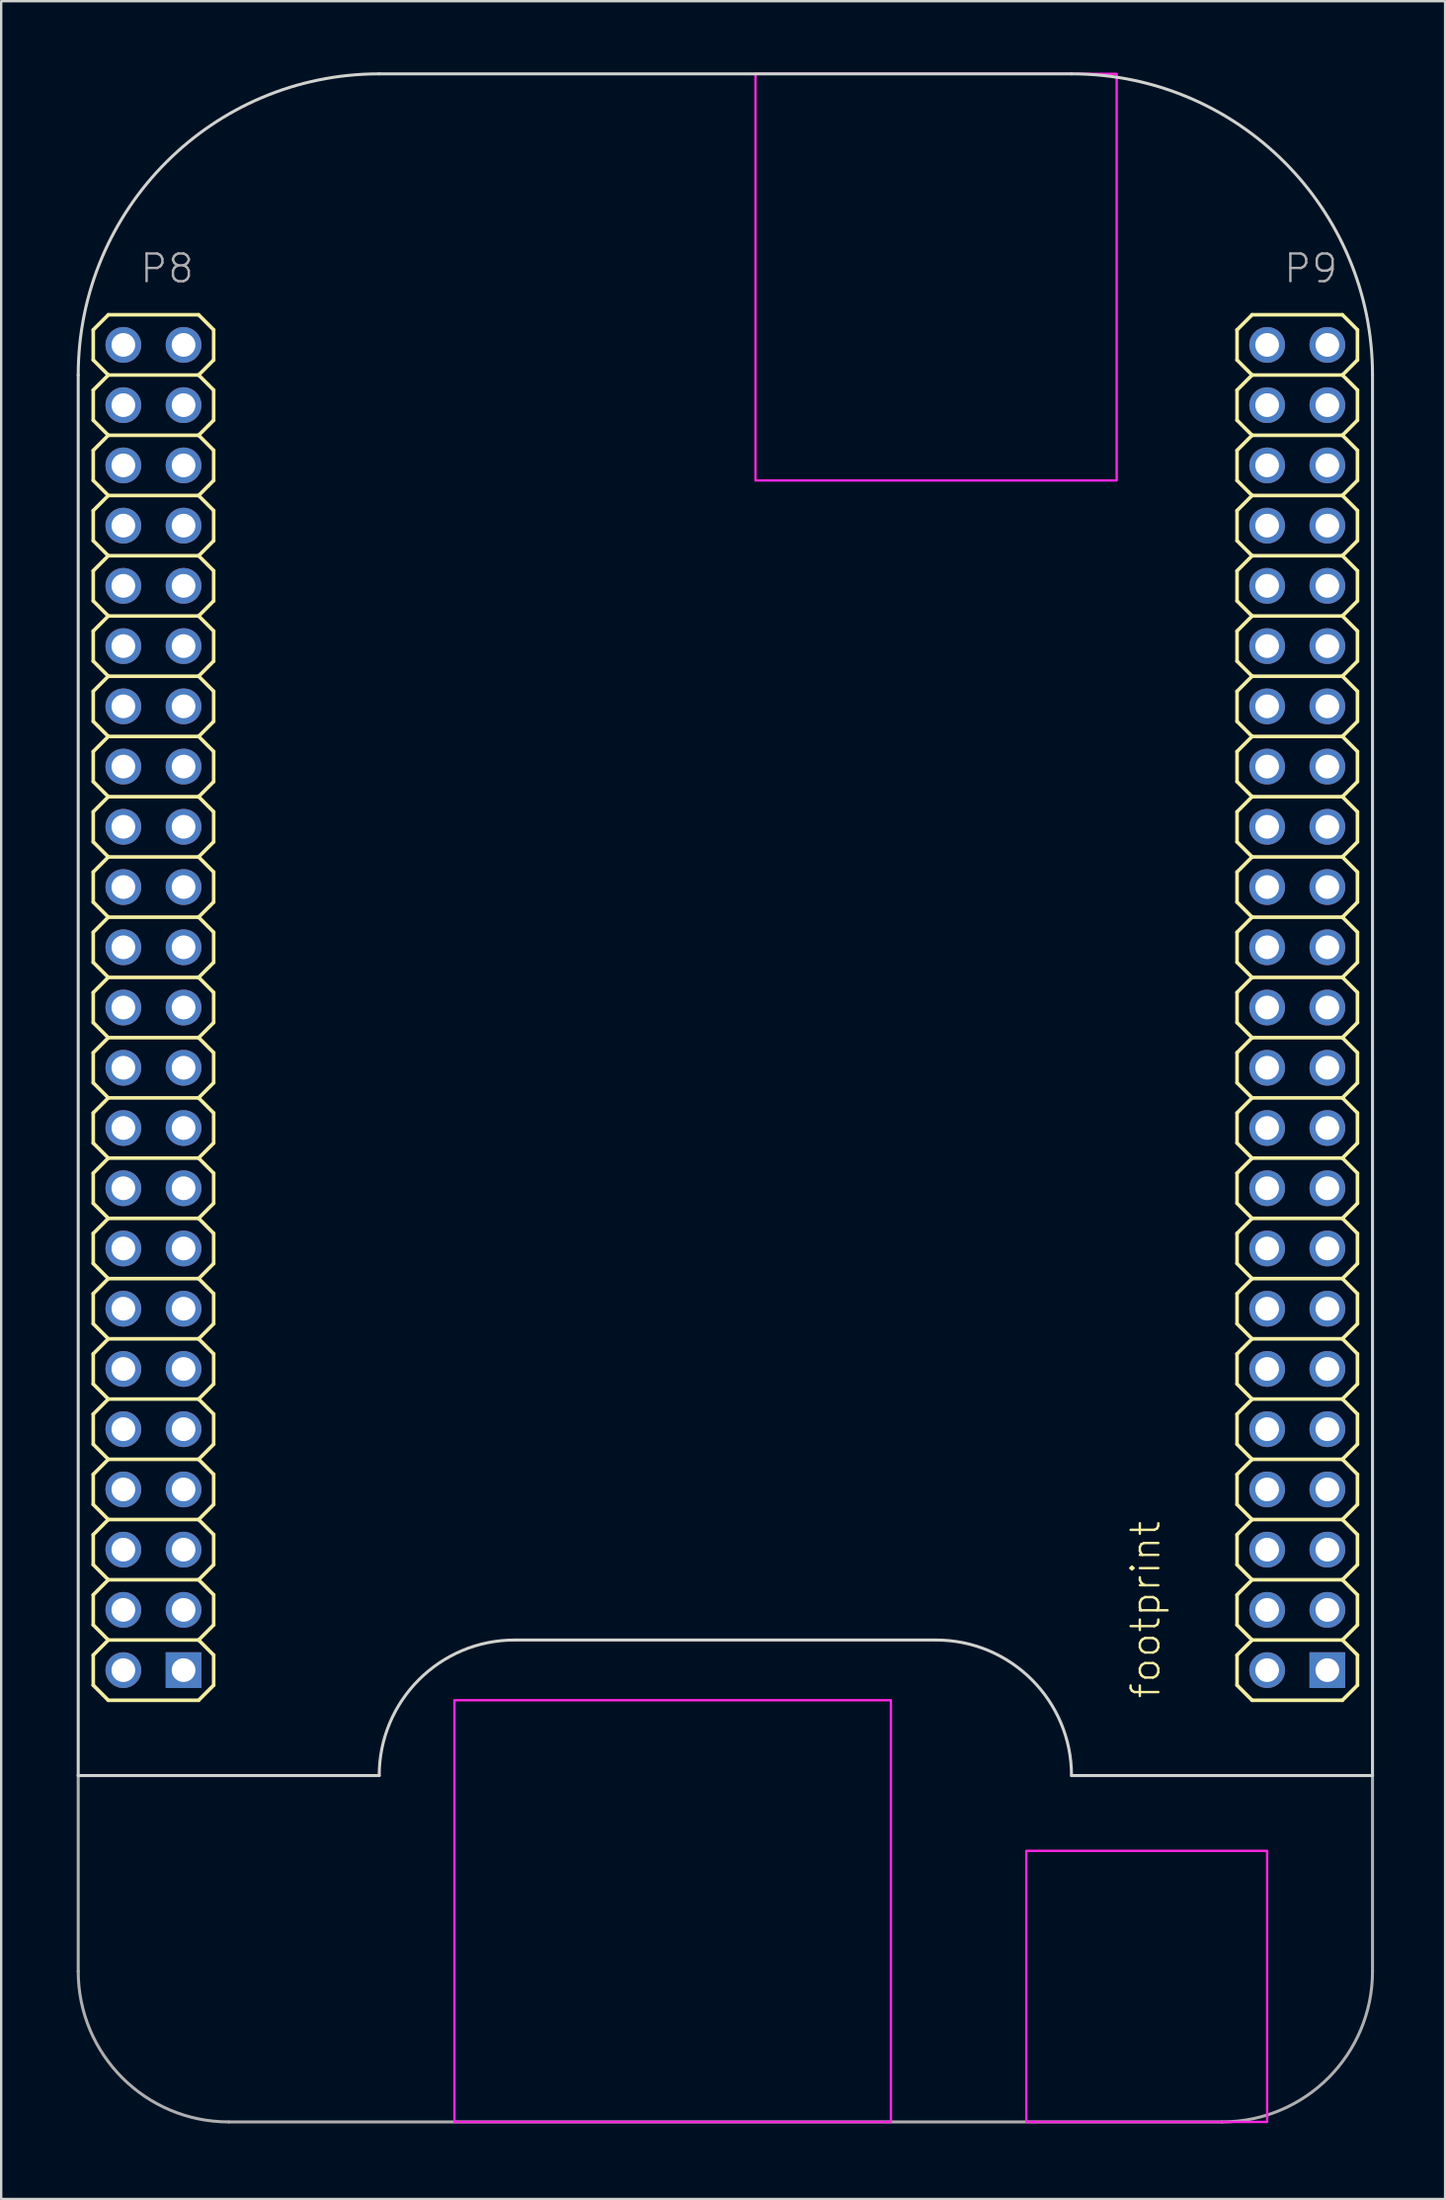
<source format=kicad_pcb>
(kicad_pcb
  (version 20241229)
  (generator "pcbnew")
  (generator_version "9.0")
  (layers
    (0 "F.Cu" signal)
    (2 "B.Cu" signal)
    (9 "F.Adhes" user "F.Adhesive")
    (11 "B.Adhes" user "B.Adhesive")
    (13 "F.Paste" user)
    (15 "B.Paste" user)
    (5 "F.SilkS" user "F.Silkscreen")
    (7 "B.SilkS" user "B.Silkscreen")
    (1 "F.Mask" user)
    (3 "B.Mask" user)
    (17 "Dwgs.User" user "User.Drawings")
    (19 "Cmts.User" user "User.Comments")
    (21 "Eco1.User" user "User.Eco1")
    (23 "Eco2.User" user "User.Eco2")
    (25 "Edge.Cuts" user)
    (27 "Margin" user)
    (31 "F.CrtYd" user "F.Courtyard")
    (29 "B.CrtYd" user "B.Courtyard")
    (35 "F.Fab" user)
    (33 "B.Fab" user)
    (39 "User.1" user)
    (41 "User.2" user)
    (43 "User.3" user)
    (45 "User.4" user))
  (footprint "footprint"
    (layer "F.Cu")
    (at 0.25 86.424)
    (property "Reference" "footprint" (at 45.72 -17.78 90) (layer "F.SilkS") (effects (font (size 1.168 1.168) (thickness 0.102)) (justify left bottom)))
    (fp_line (start 0.635 -75.565) (end 0.635 -74.295) (stroke (width 0.152) (type solid)) (layer "F.SilkS"))
    (fp_line (start 0.635 -75.565) (end 1.27 -76.2) (stroke (width 0.152) (type solid)) (layer "F.SilkS"))
    (fp_line (start 0.635 -73.025) (end 0.635 -71.755) (stroke (width 0.152) (type solid)) (layer "F.SilkS"))
    (fp_line (start 0.635 -73.025) (end 1.27 -73.66) (stroke (width 0.152) (type solid)) (layer "F.SilkS"))
    (fp_line (start 0.635 -70.485) (end 0.635 -69.215) (stroke (width 0.152) (type solid)) (layer "F.SilkS"))
    (fp_line (start 0.635 -70.485) (end 1.27 -71.12) (stroke (width 0.152) (type solid)) (layer "F.SilkS"))
    (fp_line (start 0.635 -67.945) (end 0.635 -66.675) (stroke (width 0.152) (type solid)) (layer "F.SilkS"))
    (fp_line (start 0.635 -67.945) (end 1.27 -68.58) (stroke (width 0.152) (type solid)) (layer "F.SilkS"))
    (fp_line (start 0.635 -65.405) (end 0.635 -64.135) (stroke (width 0.152) (type solid)) (layer "F.SilkS"))
    (fp_line (start 0.635 -65.405) (end 1.27 -66.04) (stroke (width 0.152) (type solid)) (layer "F.SilkS"))
    (fp_line (start 0.635 -62.865) (end 0.635 -61.595) (stroke (width 0.152) (type solid)) (layer "F.SilkS"))
    (fp_line (start 0.635 -62.865) (end 1.27 -63.5) (stroke (width 0.152) (type solid)) (layer "F.SilkS"))
    (fp_line (start 0.635 -60.325) (end 0.635 -59.055) (stroke (width 0.152) (type solid)) (layer "F.SilkS"))
    (fp_line (start 0.635 -60.325) (end 1.27 -60.96) (stroke (width 0.152) (type solid)) (layer "F.SilkS"))
    (fp_line (start 0.635 -57.785) (end 0.635 -56.515) (stroke (width 0.152) (type solid)) (layer "F.SilkS"))
    (fp_line (start 0.635 -57.785) (end 1.27 -58.42) (stroke (width 0.152) (type solid)) (layer "F.SilkS"))
    (fp_line (start 0.635 -55.245) (end 0.635 -53.975) (stroke (width 0.152) (type solid)) (layer "F.SilkS"))
    (fp_line (start 0.635 -55.245) (end 1.27 -55.88) (stroke (width 0.152) (type solid)) (layer "F.SilkS"))
    (fp_line (start 0.635 -52.705) (end 0.635 -51.435) (stroke (width 0.152) (type solid)) (layer "F.SilkS"))
    (fp_line (start 0.635 -52.705) (end 1.27 -53.34) (stroke (width 0.152) (type solid)) (layer "F.SilkS"))
    (fp_line (start 0.635 -50.165) (end 0.635 -48.895) (stroke (width 0.152) (type solid)) (layer "F.SilkS"))
    (fp_line (start 0.635 -50.165) (end 1.27 -50.8) (stroke (width 0.152) (type solid)) (layer "F.SilkS"))
    (fp_line (start 0.635 -46.355) (end 0.635 -47.625) (stroke (width 0.152) (type solid)) (layer "F.SilkS"))
    (fp_line (start 0.635 -45.085) (end 1.27 -45.72) (stroke (width 0.152) (type solid)) (layer "F.SilkS"))
    (fp_line (start 0.635 -43.815) (end 0.635 -45.085) (stroke (width 0.152) (type solid)) (layer "F.SilkS"))
    (fp_line (start 0.635 -42.545) (end 1.27 -43.18) (stroke (width 0.152) (type solid)) (layer "F.SilkS"))
    (fp_line (start 0.635 -41.275) (end 0.635 -42.545) (stroke (width 0.152) (type solid)) (layer "F.SilkS"))
    (fp_line (start 0.635 -40.005) (end 1.27 -40.64) (stroke (width 0.152) (type solid)) (layer "F.SilkS"))
    (fp_line (start 0.635 -38.735) (end 0.635 -40.005) (stroke (width 0.152) (type solid)) (layer "F.SilkS"))
    (fp_line (start 0.635 -37.465) (end 1.27 -38.1) (stroke (width 0.152) (type solid)) (layer "F.SilkS"))
    (fp_line (start 0.635 -36.195) (end 0.635 -37.465) (stroke (width 0.152) (type solid)) (layer "F.SilkS"))
    (fp_line (start 0.635 -34.925) (end 1.27 -35.56) (stroke (width 0.152) (type solid)) (layer "F.SilkS"))
    (fp_line (start 0.635 -33.655) (end 0.635 -34.925) (stroke (width 0.152) (type solid)) (layer "F.SilkS"))
    (fp_line (start 0.635 -32.385) (end 1.27 -33.02) (stroke (width 0.152) (type solid)) (layer "F.SilkS"))
    (fp_line (start 0.635 -31.115) (end 0.635 -32.385) (stroke (width 0.152) (type solid)) (layer "F.SilkS"))
    (fp_line (start 0.635 -29.845) (end 1.27 -30.48) (stroke (width 0.152) (type solid)) (layer "F.SilkS"))
    (fp_line (start 0.635 -28.575) (end 0.635 -29.845) (stroke (width 0.152) (type solid)) (layer "F.SilkS"))
    (fp_line (start 0.635 -27.305) (end 1.27 -27.94) (stroke (width 0.152) (type solid)) (layer "F.SilkS"))
    (fp_line (start 0.635 -26.035) (end 0.635 -27.305) (stroke (width 0.152) (type solid)) (layer "F.SilkS"))
    (fp_line (start 0.635 -24.765) (end 1.27 -25.4) (stroke (width 0.152) (type solid)) (layer "F.SilkS"))
    (fp_line (start 0.635 -23.495) (end 0.635 -24.765) (stroke (width 0.152) (type solid)) (layer "F.SilkS"))
    (fp_line (start 0.635 -22.225) (end 1.27 -22.86) (stroke (width 0.152) (type solid)) (layer "F.SilkS"))
    (fp_line (start 0.635 -20.955) (end 0.635 -22.225) (stroke (width 0.152) (type solid)) (layer "F.SilkS"))
    (fp_line (start 0.635 -19.685) (end 1.27 -20.32) (stroke (width 0.152) (type solid)) (layer "F.SilkS"))
    (fp_line (start 0.635 -18.415) (end 0.635 -19.685) (stroke (width 0.152) (type solid)) (layer "F.SilkS"))
    (fp_line (start 1.27 -76.2) (end 5.08 -76.2) (stroke (width 0.152) (type solid)) (layer "F.SilkS"))
    (fp_line (start 1.27 -73.66) (end 0.635 -74.295) (stroke (width 0.152) (type solid)) (layer "F.SilkS"))
    (fp_line (start 1.27 -73.66) (end 5.08 -73.66) (stroke (width 0.152) (type solid)) (layer "F.SilkS"))
    (fp_line (start 1.27 -71.12) (end 0.635 -71.755) (stroke (width 0.152) (type solid)) (layer "F.SilkS"))
    (fp_line (start 1.27 -71.12) (end 5.08 -71.12) (stroke (width 0.152) (type solid)) (layer "F.SilkS"))
    (fp_line (start 1.27 -68.58) (end 0.635 -69.215) (stroke (width 0.152) (type solid)) (layer "F.SilkS"))
    (fp_line (start 1.27 -68.58) (end 5.08 -68.58) (stroke (width 0.152) (type solid)) (layer "F.SilkS"))
    (fp_line (start 1.27 -66.04) (end 0.635 -66.675) (stroke (width 0.152) (type solid)) (layer "F.SilkS"))
    (fp_line (start 1.27 -66.04) (end 5.08 -66.04) (stroke (width 0.152) (type solid)) (layer "F.SilkS"))
    (fp_line (start 1.27 -63.5) (end 0.635 -64.135) (stroke (width 0.152) (type solid)) (layer "F.SilkS"))
    (fp_line (start 1.27 -63.5) (end 5.08 -63.5) (stroke (width 0.152) (type solid)) (layer "F.SilkS"))
    (fp_line (start 1.27 -60.96) (end 0.635 -61.595) (stroke (width 0.152) (type solid)) (layer "F.SilkS"))
    (fp_line (start 1.27 -60.96) (end 5.08 -60.96) (stroke (width 0.152) (type solid)) (layer "F.SilkS"))
    (fp_line (start 1.27 -58.42) (end 0.635 -59.055) (stroke (width 0.152) (type solid)) (layer "F.SilkS"))
    (fp_line (start 1.27 -58.42) (end 5.08 -58.42) (stroke (width 0.152) (type solid)) (layer "F.SilkS"))
    (fp_line (start 1.27 -55.88) (end 0.635 -56.515) (stroke (width 0.152) (type solid)) (layer "F.SilkS"))
    (fp_line (start 1.27 -55.88) (end 5.08 -55.88) (stroke (width 0.152) (type solid)) (layer "F.SilkS"))
    (fp_line (start 1.27 -53.34) (end 0.635 -53.975) (stroke (width 0.152) (type solid)) (layer "F.SilkS"))
    (fp_line (start 1.27 -53.34) (end 5.08 -53.34) (stroke (width 0.152) (type solid)) (layer "F.SilkS"))
    (fp_line (start 1.27 -50.8) (end 0.635 -51.435) (stroke (width 0.152) (type solid)) (layer "F.SilkS"))
    (fp_line (start 1.27 -50.8) (end 5.08 -50.8) (stroke (width 0.152) (type solid)) (layer "F.SilkS"))
    (fp_line (start 1.27 -48.26) (end 0.635 -48.895) (stroke (width 0.152) (type solid)) (layer "F.SilkS"))
    (fp_line (start 1.27 -48.26) (end 0.635 -47.625) (stroke (width 0.152) (type solid)) (layer "F.SilkS"))
    (fp_line (start 1.27 -48.26) (end 5.08 -48.26) (stroke (width 0.152) (type solid)) (layer "F.SilkS"))
    (fp_line (start 1.27 -45.72) (end 0.635 -46.355) (stroke (width 0.152) (type solid)) (layer "F.SilkS"))
    (fp_line (start 1.27 -45.72) (end 5.08 -45.72) (stroke (width 0.152) (type solid)) (layer "F.SilkS"))
    (fp_line (start 1.27 -43.18) (end 0.635 -43.815) (stroke (width 0.152) (type solid)) (layer "F.SilkS"))
    (fp_line (start 1.27 -43.18) (end 5.08 -43.18) (stroke (width 0.152) (type solid)) (layer "F.SilkS"))
    (fp_line (start 1.27 -40.64) (end 0.635 -41.275) (stroke (width 0.152) (type solid)) (layer "F.SilkS"))
    (fp_line (start 1.27 -40.64) (end 5.08 -40.64) (stroke (width 0.152) (type solid)) (layer "F.SilkS"))
    (fp_line (start 1.27 -38.1) (end 0.635 -38.735) (stroke (width 0.152) (type solid)) (layer "F.SilkS"))
    (fp_line (start 1.27 -38.1) (end 5.08 -38.1) (stroke (width 0.152) (type solid)) (layer "F.SilkS"))
    (fp_line (start 1.27 -35.56) (end 0.635 -36.195) (stroke (width 0.152) (type solid)) (layer "F.SilkS"))
    (fp_line (start 1.27 -35.56) (end 5.08 -35.56) (stroke (width 0.152) (type solid)) (layer "F.SilkS"))
    (fp_line (start 1.27 -33.02) (end 0.635 -33.655) (stroke (width 0.152) (type solid)) (layer "F.SilkS"))
    (fp_line (start 1.27 -33.02) (end 5.08 -33.02) (stroke (width 0.152) (type solid)) (layer "F.SilkS"))
    (fp_line (start 1.27 -30.48) (end 0.635 -31.115) (stroke (width 0.152) (type solid)) (layer "F.SilkS"))
    (fp_line (start 1.27 -30.48) (end 5.08 -30.48) (stroke (width 0.152) (type solid)) (layer "F.SilkS"))
    (fp_line (start 1.27 -27.94) (end 0.635 -28.575) (stroke (width 0.152) (type solid)) (layer "F.SilkS"))
    (fp_line (start 1.27 -27.94) (end 5.08 -27.94) (stroke (width 0.152) (type solid)) (layer "F.SilkS"))
    (fp_line (start 1.27 -25.4) (end 0.635 -26.035) (stroke (width 0.152) (type solid)) (layer "F.SilkS"))
    (fp_line (start 1.27 -25.4) (end 5.08 -25.4) (stroke (width 0.152) (type solid)) (layer "F.SilkS"))
    (fp_line (start 1.27 -22.86) (end 0.635 -23.495) (stroke (width 0.152) (type solid)) (layer "F.SilkS"))
    (fp_line (start 1.27 -22.86) (end 5.08 -22.86) (stroke (width 0.152) (type solid)) (layer "F.SilkS"))
    (fp_line (start 1.27 -20.32) (end 0.635 -20.955) (stroke (width 0.152) (type solid)) (layer "F.SilkS"))
    (fp_line (start 1.27 -20.32) (end 5.08 -20.32) (stroke (width 0.152) (type solid)) (layer "F.SilkS"))
    (fp_line (start 1.27 -17.78) (end 0.635 -18.415) (stroke (width 0.152) (type solid)) (layer "F.SilkS"))
    (fp_line (start 5.08 -76.2) (end 5.715 -75.565) (stroke (width 0.152) (type solid)) (layer "F.SilkS"))
    (fp_line (start 5.08 -73.66) (end 5.715 -73.025) (stroke (width 0.152) (type solid)) (layer "F.SilkS"))
    (fp_line (start 5.08 -71.12) (end 5.715 -70.485) (stroke (width 0.152) (type solid)) (layer "F.SilkS"))
    (fp_line (start 5.08 -68.58) (end 5.715 -67.945) (stroke (width 0.152) (type solid)) (layer "F.SilkS"))
    (fp_line (start 5.08 -66.04) (end 5.715 -65.405) (stroke (width 0.152) (type solid)) (layer "F.SilkS"))
    (fp_line (start 5.08 -63.5) (end 5.715 -62.865) (stroke (width 0.152) (type solid)) (layer "F.SilkS"))
    (fp_line (start 5.08 -60.96) (end 5.715 -60.325) (stroke (width 0.152) (type solid)) (layer "F.SilkS"))
    (fp_line (start 5.08 -58.42) (end 5.715 -57.785) (stroke (width 0.152) (type solid)) (layer "F.SilkS"))
    (fp_line (start 5.08 -55.88) (end 5.715 -55.245) (stroke (width 0.152) (type solid)) (layer "F.SilkS"))
    (fp_line (start 5.08 -53.34) (end 5.715 -52.705) (stroke (width 0.152) (type solid)) (layer "F.SilkS"))
    (fp_line (start 5.08 -50.8) (end 5.715 -51.435) (stroke (width 0.152) (type solid)) (layer "F.SilkS"))
    (fp_line (start 5.08 -50.8) (end 5.715 -50.165) (stroke (width 0.152) (type solid)) (layer "F.SilkS"))
    (fp_line (start 5.08 -48.26) (end 5.715 -48.895) (stroke (width 0.152) (type solid)) (layer "F.SilkS"))
    (fp_line (start 5.08 -48.26) (end 5.715 -47.625) (stroke (width 0.152) (type solid)) (layer "F.SilkS"))
    (fp_line (start 5.08 -45.72) (end 5.715 -46.355) (stroke (width 0.152) (type solid)) (layer "F.SilkS"))
    (fp_line (start 5.08 -45.72) (end 5.715 -45.085) (stroke (width 0.152) (type solid)) (layer "F.SilkS"))
    (fp_line (start 5.08 -43.18) (end 5.715 -43.815) (stroke (width 0.152) (type solid)) (layer "F.SilkS"))
    (fp_line (start 5.08 -43.18) (end 5.715 -42.545) (stroke (width 0.152) (type solid)) (layer "F.SilkS"))
    (fp_line (start 5.08 -40.64) (end 5.715 -41.275) (stroke (width 0.152) (type solid)) (layer "F.SilkS"))
    (fp_line (start 5.08 -40.64) (end 5.715 -40.005) (stroke (width 0.152) (type solid)) (layer "F.SilkS"))
    (fp_line (start 5.08 -38.1) (end 5.715 -38.735) (stroke (width 0.152) (type solid)) (layer "F.SilkS"))
    (fp_line (start 5.08 -38.1) (end 5.715 -37.465) (stroke (width 0.152) (type solid)) (layer "F.SilkS"))
    (fp_line (start 5.08 -35.56) (end 5.715 -36.195) (stroke (width 0.152) (type solid)) (layer "F.SilkS"))
    (fp_line (start 5.08 -35.56) (end 5.715 -34.925) (stroke (width 0.152) (type solid)) (layer "F.SilkS"))
    (fp_line (start 5.08 -33.02) (end 5.715 -33.655) (stroke (width 0.152) (type solid)) (layer "F.SilkS"))
    (fp_line (start 5.08 -30.48) (end 5.715 -31.115) (stroke (width 0.152) (type solid)) (layer "F.SilkS"))
    (fp_line (start 5.08 -27.94) (end 5.715 -28.575) (stroke (width 0.152) (type solid)) (layer "F.SilkS"))
    (fp_line (start 5.08 -25.4) (end 5.715 -26.035) (stroke (width 0.152) (type solid)) (layer "F.SilkS"))
    (fp_line (start 5.08 -22.86) (end 5.715 -23.495) (stroke (width 0.152) (type solid)) (layer "F.SilkS"))
    (fp_line (start 5.08 -20.32) (end 5.715 -20.955) (stroke (width 0.152) (type solid)) (layer "F.SilkS"))
    (fp_line (start 5.08 -17.78) (end 1.27 -17.78) (stroke (width 0.152) (type solid)) (layer "F.SilkS"))
    (fp_line (start 5.08 -17.78) (end 5.715 -18.415) (stroke (width 0.152) (type solid)) (layer "F.SilkS"))
    (fp_line (start 5.715 -74.295) (end 5.08 -73.66) (stroke (width 0.152) (type solid)) (layer "F.SilkS"))
    (fp_line (start 5.715 -74.295) (end 5.715 -75.565) (stroke (width 0.152) (type solid)) (layer "F.SilkS"))
    (fp_line (start 5.715 -71.755) (end 5.08 -71.12) (stroke (width 0.152) (type solid)) (layer "F.SilkS"))
    (fp_line (start 5.715 -71.755) (end 5.715 -73.025) (stroke (width 0.152) (type solid)) (layer "F.SilkS"))
    (fp_line (start 5.715 -69.215) (end 5.08 -68.58) (stroke (width 0.152) (type solid)) (layer "F.SilkS"))
    (fp_line (start 5.715 -69.215) (end 5.715 -70.485) (stroke (width 0.152) (type solid)) (layer "F.SilkS"))
    (fp_line (start 5.715 -66.675) (end 5.08 -66.04) (stroke (width 0.152) (type solid)) (layer "F.SilkS"))
    (fp_line (start 5.715 -66.675) (end 5.715 -67.945) (stroke (width 0.152) (type solid)) (layer "F.SilkS"))
    (fp_line (start 5.715 -64.135) (end 5.08 -63.5) (stroke (width 0.152) (type solid)) (layer "F.SilkS"))
    (fp_line (start 5.715 -64.135) (end 5.715 -65.405) (stroke (width 0.152) (type solid)) (layer "F.SilkS"))
    (fp_line (start 5.715 -61.595) (end 5.08 -60.96) (stroke (width 0.152) (type solid)) (layer "F.SilkS"))
    (fp_line (start 5.715 -61.595) (end 5.715 -62.865) (stroke (width 0.152) (type solid)) (layer "F.SilkS"))
    (fp_line (start 5.715 -59.055) (end 5.08 -58.42) (stroke (width 0.152) (type solid)) (layer "F.SilkS"))
    (fp_line (start 5.715 -59.055) (end 5.715 -60.325) (stroke (width 0.152) (type solid)) (layer "F.SilkS"))
    (fp_line (start 5.715 -56.515) (end 5.08 -55.88) (stroke (width 0.152) (type solid)) (layer "F.SilkS"))
    (fp_line (start 5.715 -56.515) (end 5.715 -57.785) (stroke (width 0.152) (type solid)) (layer "F.SilkS"))
    (fp_line (start 5.715 -53.975) (end 5.08 -53.34) (stroke (width 0.152) (type solid)) (layer "F.SilkS"))
    (fp_line (start 5.715 -53.975) (end 5.715 -55.245) (stroke (width 0.152) (type solid)) (layer "F.SilkS"))
    (fp_line (start 5.715 -52.705) (end 5.715 -51.435) (stroke (width 0.152) (type solid)) (layer "F.SilkS"))
    (fp_line (start 5.715 -50.165) (end 5.715 -48.895) (stroke (width 0.152) (type solid)) (layer "F.SilkS"))
    (fp_line (start 5.715 -47.625) (end 5.715 -46.355) (stroke (width 0.152) (type solid)) (layer "F.SilkS"))
    (fp_line (start 5.715 -45.085) (end 5.715 -43.815) (stroke (width 0.152) (type solid)) (layer "F.SilkS"))
    (fp_line (start 5.715 -42.545) (end 5.715 -41.275) (stroke (width 0.152) (type solid)) (layer "F.SilkS"))
    (fp_line (start 5.715 -40.005) (end 5.715 -38.735) (stroke (width 0.152) (type solid)) (layer "F.SilkS"))
    (fp_line (start 5.715 -37.465) (end 5.715 -36.195) (stroke (width 0.152) (type solid)) (layer "F.SilkS"))
    (fp_line (start 5.715 -34.925) (end 5.715 -33.655) (stroke (width 0.152) (type solid)) (layer "F.SilkS"))
    (fp_line (start 5.715 -32.385) (end 5.08 -33.02) (stroke (width 0.152) (type solid)) (layer "F.SilkS"))
    (fp_line (start 5.715 -31.115) (end 5.715 -32.385) (stroke (width 0.152) (type solid)) (layer "F.SilkS"))
    (fp_line (start 5.715 -29.845) (end 5.08 -30.48) (stroke (width 0.152) (type solid)) (layer "F.SilkS"))
    (fp_line (start 5.715 -28.575) (end 5.715 -29.845) (stroke (width 0.152) (type solid)) (layer "F.SilkS"))
    (fp_line (start 5.715 -27.305) (end 5.08 -27.94) (stroke (width 0.152) (type solid)) (layer "F.SilkS"))
    (fp_line (start 5.715 -26.035) (end 5.715 -27.305) (stroke (width 0.152) (type solid)) (layer "F.SilkS"))
    (fp_line (start 5.715 -24.765) (end 5.08 -25.4) (stroke (width 0.152) (type solid)) (layer "F.SilkS"))
    (fp_line (start 5.715 -23.495) (end 5.715 -24.765) (stroke (width 0.152) (type solid)) (layer "F.SilkS"))
    (fp_line (start 5.715 -22.225) (end 5.08 -22.86) (stroke (width 0.152) (type solid)) (layer "F.SilkS"))
    (fp_line (start 5.715 -20.955) (end 5.715 -22.225) (stroke (width 0.152) (type solid)) (layer "F.SilkS"))
    (fp_line (start 5.715 -19.685) (end 5.08 -20.32) (stroke (width 0.152) (type solid)) (layer "F.SilkS"))
    (fp_line (start 5.715 -18.415) (end 5.715 -19.685) (stroke (width 0.152) (type solid)) (layer "F.SilkS"))
    (fp_line (start 48.895 -75.565) (end 48.895 -74.295) (stroke (width 0.152) (type solid)) (layer "F.SilkS"))
    (fp_line (start 48.895 -75.565) (end 49.53 -76.2) (stroke (width 0.152) (type solid)) (layer "F.SilkS"))
    (fp_line (start 48.895 -73.025) (end 48.895 -71.755) (stroke (width 0.152) (type solid)) (layer "F.SilkS"))
    (fp_line (start 48.895 -73.025) (end 49.53 -73.66) (stroke (width 0.152) (type solid)) (layer "F.SilkS"))
    (fp_line (start 48.895 -70.485) (end 48.895 -69.215) (stroke (width 0.152) (type solid)) (layer "F.SilkS"))
    (fp_line (start 48.895 -70.485) (end 49.53 -71.12) (stroke (width 0.152) (type solid)) (layer "F.SilkS"))
    (fp_line (start 48.895 -67.945) (end 48.895 -66.675) (stroke (width 0.152) (type solid)) (layer "F.SilkS"))
    (fp_line (start 48.895 -67.945) (end 49.53 -68.58) (stroke (width 0.152) (type solid)) (layer "F.SilkS"))
    (fp_line (start 48.895 -65.405) (end 48.895 -64.135) (stroke (width 0.152) (type solid)) (layer "F.SilkS"))
    (fp_line (start 48.895 -65.405) (end 49.53 -66.04) (stroke (width 0.152) (type solid)) (layer "F.SilkS"))
    (fp_line (start 48.895 -62.865) (end 48.895 -61.595) (stroke (width 0.152) (type solid)) (layer "F.SilkS"))
    (fp_line (start 48.895 -62.865) (end 49.53 -63.5) (stroke (width 0.152) (type solid)) (layer "F.SilkS"))
    (fp_line (start 48.895 -60.325) (end 48.895 -59.055) (stroke (width 0.152) (type solid)) (layer "F.SilkS"))
    (fp_line (start 48.895 -60.325) (end 49.53 -60.96) (stroke (width 0.152) (type solid)) (layer "F.SilkS"))
    (fp_line (start 48.895 -57.785) (end 48.895 -56.515) (stroke (width 0.152) (type solid)) (layer "F.SilkS"))
    (fp_line (start 48.895 -57.785) (end 49.53 -58.42) (stroke (width 0.152) (type solid)) (layer "F.SilkS"))
    (fp_line (start 48.895 -55.245) (end 48.895 -53.975) (stroke (width 0.152) (type solid)) (layer "F.SilkS"))
    (fp_line (start 48.895 -55.245) (end 49.53 -55.88) (stroke (width 0.152) (type solid)) (layer "F.SilkS"))
    (fp_line (start 48.895 -52.705) (end 48.895 -51.435) (stroke (width 0.152) (type solid)) (layer "F.SilkS"))
    (fp_line (start 48.895 -52.705) (end 49.53 -53.34) (stroke (width 0.152) (type solid)) (layer "F.SilkS"))
    (fp_line (start 48.895 -50.165) (end 48.895 -48.895) (stroke (width 0.152) (type solid)) (layer "F.SilkS"))
    (fp_line (start 48.895 -50.165) (end 49.53 -50.8) (stroke (width 0.152) (type solid)) (layer "F.SilkS"))
    (fp_line (start 48.895 -46.355) (end 48.895 -47.625) (stroke (width 0.152) (type solid)) (layer "F.SilkS"))
    (fp_line (start 48.895 -45.085) (end 49.53 -45.72) (stroke (width 0.152) (type solid)) (layer "F.SilkS"))
    (fp_line (start 48.895 -43.815) (end 48.895 -45.085) (stroke (width 0.152) (type solid)) (layer "F.SilkS"))
    (fp_line (start 48.895 -42.545) (end 49.53 -43.18) (stroke (width 0.152) (type solid)) (layer "F.SilkS"))
    (fp_line (start 48.895 -41.275) (end 48.895 -42.545) (stroke (width 0.152) (type solid)) (layer "F.SilkS"))
    (fp_line (start 48.895 -40.005) (end 49.53 -40.64) (stroke (width 0.152) (type solid)) (layer "F.SilkS"))
    (fp_line (start 48.895 -38.735) (end 48.895 -40.005) (stroke (width 0.152) (type solid)) (layer "F.SilkS"))
    (fp_line (start 48.895 -37.465) (end 49.53 -38.1) (stroke (width 0.152) (type solid)) (layer "F.SilkS"))
    (fp_line (start 48.895 -36.195) (end 48.895 -37.465) (stroke (width 0.152) (type solid)) (layer "F.SilkS"))
    (fp_line (start 48.895 -34.925) (end 49.53 -35.56) (stroke (width 0.152) (type solid)) (layer "F.SilkS"))
    (fp_line (start 48.895 -33.655) (end 48.895 -34.925) (stroke (width 0.152) (type solid)) (layer "F.SilkS"))
    (fp_line (start 48.895 -32.385) (end 49.53 -33.02) (stroke (width 0.152) (type solid)) (layer "F.SilkS"))
    (fp_line (start 48.895 -31.115) (end 48.895 -32.385) (stroke (width 0.152) (type solid)) (layer "F.SilkS"))
    (fp_line (start 48.895 -29.845) (end 49.53 -30.48) (stroke (width 0.152) (type solid)) (layer "F.SilkS"))
    (fp_line (start 48.895 -28.575) (end 48.895 -29.845) (stroke (width 0.152) (type solid)) (layer "F.SilkS"))
    (fp_line (start 48.895 -27.305) (end 49.53 -27.94) (stroke (width 0.152) (type solid)) (layer "F.SilkS"))
    (fp_line (start 48.895 -26.035) (end 48.895 -27.305) (stroke (width 0.152) (type solid)) (layer "F.SilkS"))
    (fp_line (start 48.895 -24.765) (end 49.53 -25.4) (stroke (width 0.152) (type solid)) (layer "F.SilkS"))
    (fp_line (start 48.895 -23.495) (end 48.895 -24.765) (stroke (width 0.152) (type solid)) (layer "F.SilkS"))
    (fp_line (start 48.895 -22.225) (end 49.53 -22.86) (stroke (width 0.152) (type solid)) (layer "F.SilkS"))
    (fp_line (start 48.895 -20.955) (end 48.895 -22.225) (stroke (width 0.152) (type solid)) (layer "F.SilkS"))
    (fp_line (start 48.895 -19.685) (end 49.53 -20.32) (stroke (width 0.152) (type solid)) (layer "F.SilkS"))
    (fp_line (start 48.895 -18.415) (end 48.895 -19.685) (stroke (width 0.152) (type solid)) (layer "F.SilkS"))
    (fp_line (start 49.53 -76.2) (end 53.34 -76.2) (stroke (width 0.152) (type solid)) (layer "F.SilkS"))
    (fp_line (start 49.53 -73.66) (end 48.895 -74.295) (stroke (width 0.152) (type solid)) (layer "F.SilkS"))
    (fp_line (start 49.53 -73.66) (end 53.34 -73.66) (stroke (width 0.152) (type solid)) (layer "F.SilkS"))
    (fp_line (start 49.53 -71.12) (end 48.895 -71.755) (stroke (width 0.152) (type solid)) (layer "F.SilkS"))
    (fp_line (start 49.53 -71.12) (end 53.34 -71.12) (stroke (width 0.152) (type solid)) (layer "F.SilkS"))
    (fp_line (start 49.53 -68.58) (end 48.895 -69.215) (stroke (width 0.152) (type solid)) (layer "F.SilkS"))
    (fp_line (start 49.53 -68.58) (end 53.34 -68.58) (stroke (width 0.152) (type solid)) (layer "F.SilkS"))
    (fp_line (start 49.53 -66.04) (end 48.895 -66.675) (stroke (width 0.152) (type solid)) (layer "F.SilkS"))
    (fp_line (start 49.53 -66.04) (end 53.34 -66.04) (stroke (width 0.152) (type solid)) (layer "F.SilkS"))
    (fp_line (start 49.53 -63.5) (end 48.895 -64.135) (stroke (width 0.152) (type solid)) (layer "F.SilkS"))
    (fp_line (start 49.53 -63.5) (end 53.34 -63.5) (stroke (width 0.152) (type solid)) (layer "F.SilkS"))
    (fp_line (start 49.53 -60.96) (end 48.895 -61.595) (stroke (width 0.152) (type solid)) (layer "F.SilkS"))
    (fp_line (start 49.53 -60.96) (end 53.34 -60.96) (stroke (width 0.152) (type solid)) (layer "F.SilkS"))
    (fp_line (start 49.53 -58.42) (end 48.895 -59.055) (stroke (width 0.152) (type solid)) (layer "F.SilkS"))
    (fp_line (start 49.53 -58.42) (end 53.34 -58.42) (stroke (width 0.152) (type solid)) (layer "F.SilkS"))
    (fp_line (start 49.53 -55.88) (end 48.895 -56.515) (stroke (width 0.152) (type solid)) (layer "F.SilkS"))
    (fp_line (start 49.53 -55.88) (end 53.34 -55.88) (stroke (width 0.152) (type solid)) (layer "F.SilkS"))
    (fp_line (start 49.53 -53.34) (end 48.895 -53.975) (stroke (width 0.152) (type solid)) (layer "F.SilkS"))
    (fp_line (start 49.53 -53.34) (end 53.34 -53.34) (stroke (width 0.152) (type solid)) (layer "F.SilkS"))
    (fp_line (start 49.53 -50.8) (end 48.895 -51.435) (stroke (width 0.152) (type solid)) (layer "F.SilkS"))
    (fp_line (start 49.53 -50.8) (end 53.34 -50.8) (stroke (width 0.152) (type solid)) (layer "F.SilkS"))
    (fp_line (start 49.53 -48.26) (end 48.895 -48.895) (stroke (width 0.152) (type solid)) (layer "F.SilkS"))
    (fp_line (start 49.53 -48.26) (end 48.895 -47.625) (stroke (width 0.152) (type solid)) (layer "F.SilkS"))
    (fp_line (start 49.53 -48.26) (end 53.34 -48.26) (stroke (width 0.152) (type solid)) (layer "F.SilkS"))
    (fp_line (start 49.53 -45.72) (end 48.895 -46.355) (stroke (width 0.152) (type solid)) (layer "F.SilkS"))
    (fp_line (start 49.53 -45.72) (end 53.34 -45.72) (stroke (width 0.152) (type solid)) (layer "F.SilkS"))
    (fp_line (start 49.53 -43.18) (end 48.895 -43.815) (stroke (width 0.152) (type solid)) (layer "F.SilkS"))
    (fp_line (start 49.53 -43.18) (end 53.34 -43.18) (stroke (width 0.152) (type solid)) (layer "F.SilkS"))
    (fp_line (start 49.53 -40.64) (end 48.895 -41.275) (stroke (width 0.152) (type solid)) (layer "F.SilkS"))
    (fp_line (start 49.53 -40.64) (end 53.34 -40.64) (stroke (width 0.152) (type solid)) (layer "F.SilkS"))
    (fp_line (start 49.53 -38.1) (end 48.895 -38.735) (stroke (width 0.152) (type solid)) (layer "F.SilkS"))
    (fp_line (start 49.53 -38.1) (end 53.34 -38.1) (stroke (width 0.152) (type solid)) (layer "F.SilkS"))
    (fp_line (start 49.53 -35.56) (end 48.895 -36.195) (stroke (width 0.152) (type solid)) (layer "F.SilkS"))
    (fp_line (start 49.53 -35.56) (end 53.34 -35.56) (stroke (width 0.152) (type solid)) (layer "F.SilkS"))
    (fp_line (start 49.53 -33.02) (end 48.895 -33.655) (stroke (width 0.152) (type solid)) (layer "F.SilkS"))
    (fp_line (start 49.53 -33.02) (end 53.34 -33.02) (stroke (width 0.152) (type solid)) (layer "F.SilkS"))
    (fp_line (start 49.53 -30.48) (end 48.895 -31.115) (stroke (width 0.152) (type solid)) (layer "F.SilkS"))
    (fp_line (start 49.53 -30.48) (end 53.34 -30.48) (stroke (width 0.152) (type solid)) (layer "F.SilkS"))
    (fp_line (start 49.53 -27.94) (end 48.895 -28.575) (stroke (width 0.152) (type solid)) (layer "F.SilkS"))
    (fp_line (start 49.53 -27.94) (end 53.34 -27.94) (stroke (width 0.152) (type solid)) (layer "F.SilkS"))
    (fp_line (start 49.53 -25.4) (end 48.895 -26.035) (stroke (width 0.152) (type solid)) (layer "F.SilkS"))
    (fp_line (start 49.53 -25.4) (end 53.34 -25.4) (stroke (width 0.152) (type solid)) (layer "F.SilkS"))
    (fp_line (start 49.53 -22.86) (end 48.895 -23.495) (stroke (width 0.152) (type solid)) (layer "F.SilkS"))
    (fp_line (start 49.53 -22.86) (end 53.34 -22.86) (stroke (width 0.152) (type solid)) (layer "F.SilkS"))
    (fp_line (start 49.53 -20.32) (end 48.895 -20.955) (stroke (width 0.152) (type solid)) (layer "F.SilkS"))
    (fp_line (start 49.53 -20.32) (end 53.34 -20.32) (stroke (width 0.152) (type solid)) (layer "F.SilkS"))
    (fp_line (start 49.53 -17.78) (end 48.895 -18.415) (stroke (width 0.152) (type solid)) (layer "F.SilkS"))
    (fp_line (start 53.34 -76.2) (end 53.975 -75.565) (stroke (width 0.152) (type solid)) (layer "F.SilkS"))
    (fp_line (start 53.34 -73.66) (end 53.975 -73.025) (stroke (width 0.152) (type solid)) (layer "F.SilkS"))
    (fp_line (start 53.34 -71.12) (end 53.975 -70.485) (stroke (width 0.152) (type solid)) (layer "F.SilkS"))
    (fp_line (start 53.34 -68.58) (end 53.975 -67.945) (stroke (width 0.152) (type solid)) (layer "F.SilkS"))
    (fp_line (start 53.34 -66.04) (end 53.975 -65.405) (stroke (width 0.152) (type solid)) (layer "F.SilkS"))
    (fp_line (start 53.34 -63.5) (end 53.975 -62.865) (stroke (width 0.152) (type solid)) (layer "F.SilkS"))
    (fp_line (start 53.34 -60.96) (end 53.975 -60.325) (stroke (width 0.152) (type solid)) (layer "F.SilkS"))
    (fp_line (start 53.34 -58.42) (end 53.975 -57.785) (stroke (width 0.152) (type solid)) (layer "F.SilkS"))
    (fp_line (start 53.34 -55.88) (end 53.975 -55.245) (stroke (width 0.152) (type solid)) (layer "F.SilkS"))
    (fp_line (start 53.34 -53.34) (end 53.975 -52.705) (stroke (width 0.152) (type solid)) (layer "F.SilkS"))
    (fp_line (start 53.34 -50.8) (end 53.975 -51.435) (stroke (width 0.152) (type solid)) (layer "F.SilkS"))
    (fp_line (start 53.34 -50.8) (end 53.975 -50.165) (stroke (width 0.152) (type solid)) (layer "F.SilkS"))
    (fp_line (start 53.34 -48.26) (end 53.975 -48.895) (stroke (width 0.152) (type solid)) (layer "F.SilkS"))
    (fp_line (start 53.34 -48.26) (end 53.975 -47.625) (stroke (width 0.152) (type solid)) (layer "F.SilkS"))
    (fp_line (start 53.34 -45.72) (end 53.975 -46.355) (stroke (width 0.152) (type solid)) (layer "F.SilkS"))
    (fp_line (start 53.34 -45.72) (end 53.975 -45.085) (stroke (width 0.152) (type solid)) (layer "F.SilkS"))
    (fp_line (start 53.34 -43.18) (end 53.975 -43.815) (stroke (width 0.152) (type solid)) (layer "F.SilkS"))
    (fp_line (start 53.34 -43.18) (end 53.975 -42.545) (stroke (width 0.152) (type solid)) (layer "F.SilkS"))
    (fp_line (start 53.34 -40.64) (end 53.975 -41.275) (stroke (width 0.152) (type solid)) (layer "F.SilkS"))
    (fp_line (start 53.34 -40.64) (end 53.975 -40.005) (stroke (width 0.152) (type solid)) (layer "F.SilkS"))
    (fp_line (start 53.34 -38.1) (end 53.975 -38.735) (stroke (width 0.152) (type solid)) (layer "F.SilkS"))
    (fp_line (start 53.34 -38.1) (end 53.975 -37.465) (stroke (width 0.152) (type solid)) (layer "F.SilkS"))
    (fp_line (start 53.34 -35.56) (end 53.975 -36.195) (stroke (width 0.152) (type solid)) (layer "F.SilkS"))
    (fp_line (start 53.34 -35.56) (end 53.975 -34.925) (stroke (width 0.152) (type solid)) (layer "F.SilkS"))
    (fp_line (start 53.34 -33.02) (end 53.975 -33.655) (stroke (width 0.152) (type solid)) (layer "F.SilkS"))
    (fp_line (start 53.34 -30.48) (end 53.975 -31.115) (stroke (width 0.152) (type solid)) (layer "F.SilkS"))
    (fp_line (start 53.34 -27.94) (end 53.975 -28.575) (stroke (width 0.152) (type solid)) (layer "F.SilkS"))
    (fp_line (start 53.34 -25.4) (end 53.975 -26.035) (stroke (width 0.152) (type solid)) (layer "F.SilkS"))
    (fp_line (start 53.34 -22.86) (end 53.975 -23.495) (stroke (width 0.152) (type solid)) (layer "F.SilkS"))
    (fp_line (start 53.34 -20.32) (end 53.975 -20.955) (stroke (width 0.152) (type solid)) (layer "F.SilkS"))
    (fp_line (start 53.34 -17.78) (end 49.53 -17.78) (stroke (width 0.152) (type solid)) (layer "F.SilkS"))
    (fp_line (start 53.34 -17.78) (end 53.975 -18.415) (stroke (width 0.152) (type solid)) (layer "F.SilkS"))
    (fp_line (start 53.975 -74.295) (end 53.34 -73.66) (stroke (width 0.152) (type solid)) (layer "F.SilkS"))
    (fp_line (start 53.975 -74.295) (end 53.975 -75.565) (stroke (width 0.152) (type solid)) (layer "F.SilkS"))
    (fp_line (start 53.975 -71.755) (end 53.34 -71.12) (stroke (width 0.152) (type solid)) (layer "F.SilkS"))
    (fp_line (start 53.975 -71.755) (end 53.975 -73.025) (stroke (width 0.152) (type solid)) (layer "F.SilkS"))
    (fp_line (start 53.975 -69.215) (end 53.34 -68.58) (stroke (width 0.152) (type solid)) (layer "F.SilkS"))
    (fp_line (start 53.975 -69.215) (end 53.975 -70.485) (stroke (width 0.152) (type solid)) (layer "F.SilkS"))
    (fp_line (start 53.975 -66.675) (end 53.34 -66.04) (stroke (width 0.152) (type solid)) (layer "F.SilkS"))
    (fp_line (start 53.975 -66.675) (end 53.975 -67.945) (stroke (width 0.152) (type solid)) (layer "F.SilkS"))
    (fp_line (start 53.975 -64.135) (end 53.34 -63.5) (stroke (width 0.152) (type solid)) (layer "F.SilkS"))
    (fp_line (start 53.975 -64.135) (end 53.975 -65.405) (stroke (width 0.152) (type solid)) (layer "F.SilkS"))
    (fp_line (start 53.975 -61.595) (end 53.34 -60.96) (stroke (width 0.152) (type solid)) (layer "F.SilkS"))
    (fp_line (start 53.975 -61.595) (end 53.975 -62.865) (stroke (width 0.152) (type solid)) (layer "F.SilkS"))
    (fp_line (start 53.975 -59.055) (end 53.34 -58.42) (stroke (width 0.152) (type solid)) (layer "F.SilkS"))
    (fp_line (start 53.975 -59.055) (end 53.975 -60.325) (stroke (width 0.152) (type solid)) (layer "F.SilkS"))
    (fp_line (start 53.975 -56.515) (end 53.34 -55.88) (stroke (width 0.152) (type solid)) (layer "F.SilkS"))
    (fp_line (start 53.975 -56.515) (end 53.975 -57.785) (stroke (width 0.152) (type solid)) (layer "F.SilkS"))
    (fp_line (start 53.975 -53.975) (end 53.34 -53.34) (stroke (width 0.152) (type solid)) (layer "F.SilkS"))
    (fp_line (start 53.975 -53.975) (end 53.975 -55.245) (stroke (width 0.152) (type solid)) (layer "F.SilkS"))
    (fp_line (start 53.975 -52.705) (end 53.975 -51.435) (stroke (width 0.152) (type solid)) (layer "F.SilkS"))
    (fp_line (start 53.975 -50.165) (end 53.975 -48.895) (stroke (width 0.152) (type solid)) (layer "F.SilkS"))
    (fp_line (start 53.975 -47.625) (end 53.975 -46.355) (stroke (width 0.152) (type solid)) (layer "F.SilkS"))
    (fp_line (start 53.975 -45.085) (end 53.975 -43.815) (stroke (width 0.152) (type solid)) (layer "F.SilkS"))
    (fp_line (start 53.975 -42.545) (end 53.975 -41.275) (stroke (width 0.152) (type solid)) (layer "F.SilkS"))
    (fp_line (start 53.975 -40.005) (end 53.975 -38.735) (stroke (width 0.152) (type solid)) (layer "F.SilkS"))
    (fp_line (start 53.975 -37.465) (end 53.975 -36.195) (stroke (width 0.152) (type solid)) (layer "F.SilkS"))
    (fp_line (start 53.975 -34.925) (end 53.975 -33.655) (stroke (width 0.152) (type solid)) (layer "F.SilkS"))
    (fp_line (start 53.975 -32.385) (end 53.34 -33.02) (stroke (width 0.152) (type solid)) (layer "F.SilkS"))
    (fp_line (start 53.975 -31.115) (end 53.975 -32.385) (stroke (width 0.152) (type solid)) (layer "F.SilkS"))
    (fp_line (start 53.975 -29.845) (end 53.34 -30.48) (stroke (width 0.152) (type solid)) (layer "F.SilkS"))
    (fp_line (start 53.975 -28.575) (end 53.975 -29.845) (stroke (width 0.152) (type solid)) (layer "F.SilkS"))
    (fp_line (start 53.975 -27.305) (end 53.34 -27.94) (stroke (width 0.152) (type solid)) (layer "F.SilkS"))
    (fp_line (start 53.975 -26.035) (end 53.975 -27.305) (stroke (width 0.152) (type solid)) (layer "F.SilkS"))
    (fp_line (start 53.975 -24.765) (end 53.34 -25.4) (stroke (width 0.152) (type solid)) (layer "F.SilkS"))
    (fp_line (start 53.975 -23.495) (end 53.975 -24.765) (stroke (width 0.152) (type solid)) (layer "F.SilkS"))
    (fp_line (start 53.975 -22.225) (end 53.34 -22.86) (stroke (width 0.152) (type solid)) (layer "F.SilkS"))
    (fp_line (start 53.975 -20.955) (end 53.975 -22.225) (stroke (width 0.152) (type solid)) (layer "F.SilkS"))
    (fp_line (start 53.975 -19.685) (end 53.34 -20.32) (stroke (width 0.152) (type solid)) (layer "F.SilkS"))
    (fp_line (start 53.975 -18.415) (end 53.975 -19.685) (stroke (width 0.152) (type solid)) (layer "F.SilkS"))
    (fp_line (start 0 -73.66) (end 0 -14.605) (stroke (width 0.127) (type solid)) (layer "Edge.Cuts"))
    (fp_line (start 0 -14.605) (end 12.7 -14.605) (stroke (width 0.127) (type solid)) (layer "Edge.Cuts"))
    (fp_line (start 12.7 -86.36) (end 41.91 -86.36) (stroke (width 0.127) (type solid)) (layer "Edge.Cuts"))
    (fp_line (start 18.415 -20.32) (end 36.195 -20.32) (stroke (width 0.127) (type solid)) (layer "Edge.Cuts"))
    (fp_line (start 41.91 -14.605) (end 54.61 -14.605) (stroke (width 0.127) (type solid)) (layer "Edge.Cuts"))
    (fp_line (start 54.61 -73.66) (end 54.61 -14.605) (stroke (width 0.127) (type solid)) (layer "Edge.Cuts"))
    (fp_arc (start 0 -73.66) (mid 3.719744 -82.640256) (end 12.7 -86.36) (stroke (width 0.127) (type solid)) (layer "Edge.Cuts"))
    (fp_arc (start 12.7 -14.605) (mid 14.373885 -18.646115) (end 18.415 -20.32) (stroke (width 0.127) (type solid)) (layer "Edge.Cuts"))
    (fp_arc (start 36.195 -20.32) (mid 40.236115 -18.646115) (end 41.91 -14.605) (stroke (width 0.127) (type solid)) (layer "Edge.Cuts"))
    (fp_arc (start 41.91 -86.36) (mid 50.890256 -82.640256) (end 54.61 -73.66) (stroke (width 0.127) (type solid)) (layer "Edge.Cuts"))
    (fp_poly (pts (xy 15.875 0) (xy 34.29 0) (xy 34.29 -17.78) (xy 15.875 -17.78)) (stroke (width 0.1) (type solid)) (fill no) (layer "F.CrtYd"))
    (fp_poly (pts (xy 28.575 -69.215) (xy 43.815 -69.215) (xy 43.815 -86.36) (xy 28.575 -86.36)) (stroke (width 0.1) (type solid)) (fill no) (layer "F.CrtYd"))
    (fp_poly (pts (xy 40.005 0) (xy 50.165 0) (xy 50.165 -11.43) (xy 40.005 -11.43)) (stroke (width 0.1) (type solid)) (fill no) (layer "F.CrtYd"))
    (fp_line (start 0 -14.605) (end 0 -6.35) (stroke (width 0.127) (type solid)) (layer "F.Fab"))
    (fp_line (start 6.35 0) (end 48.26 0) (stroke (width 0.127) (type solid)) (layer "F.Fab"))
    (fp_line (start 54.61 -14.605) (end 54.61 -6.35) (stroke (width 0.127) (type solid)) (layer "F.Fab"))
    (fp_arc (start 6.35 0) (mid 1.859872 -1.859872) (end 0 -6.35) (stroke (width 0.127) (type solid)) (layer "F.Fab"))
    (fp_arc (start 54.61 -6.35) (mid 52.750128 -1.859872) (end 48.26 0) (stroke (width 0.127) (type solid)) (layer "F.Fab"))
    (fp_poly (pts (xy 2.159 -74.676) (xy 2.159 -75.184) (xy 1.651 -75.184) (xy 1.651 -74.676)) (stroke (width 0.1) (type solid)) (fill no) (layer "F.Fab"))
    (fp_poly (pts (xy 2.159 -72.136) (xy 2.159 -72.644) (xy 1.651 -72.644) (xy 1.651 -72.136)) (stroke (width 0.1) (type solid)) (fill no) (layer "F.Fab"))
    (fp_poly (pts (xy 2.159 -69.596) (xy 2.159 -70.104) (xy 1.651 -70.104) (xy 1.651 -69.596)) (stroke (width 0.1) (type solid)) (fill no) (layer "F.Fab"))
    (fp_poly (pts (xy 2.159 -67.056) (xy 2.159 -67.564) (xy 1.651 -67.564) (xy 1.651 -67.056)) (stroke (width 0.1) (type solid)) (fill no) (layer "F.Fab"))
    (fp_poly (pts (xy 2.159 -64.516) (xy 2.159 -65.024) (xy 1.651 -65.024) (xy 1.651 -64.516)) (stroke (width 0.1) (type solid)) (fill no) (layer "F.Fab"))
    (fp_poly (pts (xy 2.159 -61.976) (xy 2.159 -62.484) (xy 1.651 -62.484) (xy 1.651 -61.976)) (stroke (width 0.1) (type solid)) (fill no) (layer "F.Fab"))
    (fp_poly (pts (xy 2.159 -59.436) (xy 2.159 -59.944) (xy 1.651 -59.944) (xy 1.651 -59.436)) (stroke (width 0.1) (type solid)) (fill no) (layer "F.Fab"))
    (fp_poly (pts (xy 2.159 -56.896) (xy 2.159 -57.404) (xy 1.651 -57.404) (xy 1.651 -56.896)) (stroke (width 0.1) (type solid)) (fill no) (layer "F.Fab"))
    (fp_poly (pts (xy 2.159 -54.356) (xy 2.159 -54.864) (xy 1.651 -54.864) (xy 1.651 -54.356)) (stroke (width 0.1) (type solid)) (fill no) (layer "F.Fab"))
    (fp_poly (pts (xy 2.159 -51.816) (xy 2.159 -52.324) (xy 1.651 -52.324) (xy 1.651 -51.816)) (stroke (width 0.1) (type solid)) (fill no) (layer "F.Fab"))
    (fp_poly (pts (xy 2.159 -49.276) (xy 2.159 -49.784) (xy 1.651 -49.784) (xy 1.651 -49.276)) (stroke (width 0.1) (type solid)) (fill no) (layer "F.Fab"))
    (fp_poly (pts (xy 2.159 -46.736) (xy 2.159 -47.244) (xy 1.651 -47.244) (xy 1.651 -46.736)) (stroke (width 0.1) (type solid)) (fill no) (layer "F.Fab"))
    (fp_poly (pts (xy 2.159 -44.196) (xy 2.159 -44.704) (xy 1.651 -44.704) (xy 1.651 -44.196)) (stroke (width 0.1) (type solid)) (fill no) (layer "F.Fab"))
    (fp_poly (pts (xy 2.159 -41.656) (xy 2.159 -42.164) (xy 1.651 -42.164) (xy 1.651 -41.656)) (stroke (width 0.1) (type solid)) (fill no) (layer "F.Fab"))
    (fp_poly (pts (xy 2.159 -39.116) (xy 2.159 -39.624) (xy 1.651 -39.624) (xy 1.651 -39.116)) (stroke (width 0.1) (type solid)) (fill no) (layer "F.Fab"))
    (fp_poly (pts (xy 2.159 -36.576) (xy 2.159 -37.084) (xy 1.651 -37.084) (xy 1.651 -36.576)) (stroke (width 0.1) (type solid)) (fill no) (layer "F.Fab"))
    (fp_poly (pts (xy 2.159 -34.036) (xy 2.159 -34.544) (xy 1.651 -34.544) (xy 1.651 -34.036)) (stroke (width 0.1) (type solid)) (fill no) (layer "F.Fab"))
    (fp_poly (pts (xy 2.159 -31.496) (xy 2.159 -32.004) (xy 1.651 -32.004) (xy 1.651 -31.496)) (stroke (width 0.1) (type solid)) (fill no) (layer "F.Fab"))
    (fp_poly (pts (xy 2.159 -28.956) (xy 2.159 -29.464) (xy 1.651 -29.464) (xy 1.651 -28.956)) (stroke (width 0.1) (type solid)) (fill no) (layer "F.Fab"))
    (fp_poly (pts (xy 2.159 -26.416) (xy 2.159 -26.924) (xy 1.651 -26.924) (xy 1.651 -26.416)) (stroke (width 0.1) (type solid)) (fill no) (layer "F.Fab"))
    (fp_poly (pts (xy 2.159 -23.876) (xy 2.159 -24.384) (xy 1.651 -24.384) (xy 1.651 -23.876)) (stroke (width 0.1) (type solid)) (fill no) (layer "F.Fab"))
    (fp_poly (pts (xy 2.159 -21.336) (xy 2.159 -21.844) (xy 1.651 -21.844) (xy 1.651 -21.336)) (stroke (width 0.1) (type solid)) (fill no) (layer "F.Fab"))
    (fp_poly (pts (xy 2.159 -18.796) (xy 2.159 -19.304) (xy 1.651 -19.304) (xy 1.651 -18.796)) (stroke (width 0.1) (type solid)) (fill no) (layer "F.Fab"))
    (fp_poly (pts (xy 4.699 -74.676) (xy 4.699 -75.184) (xy 4.191 -75.184) (xy 4.191 -74.676)) (stroke (width 0.1) (type solid)) (fill no) (layer "F.Fab"))
    (fp_poly (pts (xy 4.699 -72.136) (xy 4.699 -72.644) (xy 4.191 -72.644) (xy 4.191 -72.136)) (stroke (width 0.1) (type solid)) (fill no) (layer "F.Fab"))
    (fp_poly (pts (xy 4.699 -69.596) (xy 4.699 -70.104) (xy 4.191 -70.104) (xy 4.191 -69.596)) (stroke (width 0.1) (type solid)) (fill no) (layer "F.Fab"))
    (fp_poly (pts (xy 4.699 -67.056) (xy 4.699 -67.564) (xy 4.191 -67.564) (xy 4.191 -67.056)) (stroke (width 0.1) (type solid)) (fill no) (layer "F.Fab"))
    (fp_poly (pts (xy 4.699 -64.516) (xy 4.699 -65.024) (xy 4.191 -65.024) (xy 4.191 -64.516)) (stroke (width 0.1) (type solid)) (fill no) (layer "F.Fab"))
    (fp_poly (pts (xy 4.699 -61.976) (xy 4.699 -62.484) (xy 4.191 -62.484) (xy 4.191 -61.976)) (stroke (width 0.1) (type solid)) (fill no) (layer "F.Fab"))
    (fp_poly (pts (xy 4.699 -59.436) (xy 4.699 -59.944) (xy 4.191 -59.944) (xy 4.191 -59.436)) (stroke (width 0.1) (type solid)) (fill no) (layer "F.Fab"))
    (fp_poly (pts (xy 4.699 -56.896) (xy 4.699 -57.404) (xy 4.191 -57.404) (xy 4.191 -56.896)) (stroke (width 0.1) (type solid)) (fill no) (layer "F.Fab"))
    (fp_poly (pts (xy 4.699 -54.356) (xy 4.699 -54.864) (xy 4.191 -54.864) (xy 4.191 -54.356)) (stroke (width 0.1) (type solid)) (fill no) (layer "F.Fab"))
    (fp_poly (pts (xy 4.699 -51.816) (xy 4.699 -52.324) (xy 4.191 -52.324) (xy 4.191 -51.816)) (stroke (width 0.1) (type solid)) (fill no) (layer "F.Fab"))
    (fp_poly (pts (xy 4.699 -49.276) (xy 4.699 -49.784) (xy 4.191 -49.784) (xy 4.191 -49.276)) (stroke (width 0.1) (type solid)) (fill no) (layer "F.Fab"))
    (fp_poly (pts (xy 4.699 -46.736) (xy 4.699 -47.244) (xy 4.191 -47.244) (xy 4.191 -46.736)) (stroke (width 0.1) (type solid)) (fill no) (layer "F.Fab"))
    (fp_poly (pts (xy 4.699 -44.196) (xy 4.699 -44.704) (xy 4.191 -44.704) (xy 4.191 -44.196)) (stroke (width 0.1) (type solid)) (fill no) (layer "F.Fab"))
    (fp_poly (pts (xy 4.699 -41.656) (xy 4.699 -42.164) (xy 4.191 -42.164) (xy 4.191 -41.656)) (stroke (width 0.1) (type solid)) (fill no) (layer "F.Fab"))
    (fp_poly (pts (xy 4.699 -39.116) (xy 4.699 -39.624) (xy 4.191 -39.624) (xy 4.191 -39.116)) (stroke (width 0.1) (type solid)) (fill no) (layer "F.Fab"))
    (fp_poly (pts (xy 4.699 -36.576) (xy 4.699 -37.084) (xy 4.191 -37.084) (xy 4.191 -36.576)) (stroke (width 0.1) (type solid)) (fill no) (layer "F.Fab"))
    (fp_poly (pts (xy 4.699 -34.036) (xy 4.699 -34.544) (xy 4.191 -34.544) (xy 4.191 -34.036)) (stroke (width 0.1) (type solid)) (fill no) (layer "F.Fab"))
    (fp_poly (pts (xy 4.699 -31.496) (xy 4.699 -32.004) (xy 4.191 -32.004) (xy 4.191 -31.496)) (stroke (width 0.1) (type solid)) (fill no) (layer "F.Fab"))
    (fp_poly (pts (xy 4.699 -28.956) (xy 4.699 -29.464) (xy 4.191 -29.464) (xy 4.191 -28.956)) (stroke (width 0.1) (type solid)) (fill no) (layer "F.Fab"))
    (fp_poly (pts (xy 4.699 -26.416) (xy 4.699 -26.924) (xy 4.191 -26.924) (xy 4.191 -26.416)) (stroke (width 0.1) (type solid)) (fill no) (layer "F.Fab"))
    (fp_poly (pts (xy 4.699 -23.876) (xy 4.699 -24.384) (xy 4.191 -24.384) (xy 4.191 -23.876)) (stroke (width 0.1) (type solid)) (fill no) (layer "F.Fab"))
    (fp_poly (pts (xy 4.699 -21.336) (xy 4.699 -21.844) (xy 4.191 -21.844) (xy 4.191 -21.336)) (stroke (width 0.1) (type solid)) (fill no) (layer "F.Fab"))
    (fp_poly (pts (xy 4.699 -18.796) (xy 4.699 -19.304) (xy 4.191 -19.304) (xy 4.191 -18.796)) (stroke (width 0.1) (type solid)) (fill no) (layer "F.Fab"))
    (fp_poly (pts (xy 50.419 -74.676) (xy 50.419 -75.184) (xy 49.911 -75.184) (xy 49.911 -74.676)) (stroke (width 0.1) (type solid)) (fill no) (layer "F.Fab"))
    (fp_poly (pts (xy 50.419 -72.136) (xy 50.419 -72.644) (xy 49.911 -72.644) (xy 49.911 -72.136)) (stroke (width 0.1) (type solid)) (fill no) (layer "F.Fab"))
    (fp_poly (pts (xy 50.419 -69.596) (xy 50.419 -70.104) (xy 49.911 -70.104) (xy 49.911 -69.596)) (stroke (width 0.1) (type solid)) (fill no) (layer "F.Fab"))
    (fp_poly (pts (xy 50.419 -67.056) (xy 50.419 -67.564) (xy 49.911 -67.564) (xy 49.911 -67.056)) (stroke (width 0.1) (type solid)) (fill no) (layer "F.Fab"))
    (fp_poly (pts (xy 50.419 -64.516) (xy 50.419 -65.024) (xy 49.911 -65.024) (xy 49.911 -64.516)) (stroke (width 0.1) (type solid)) (fill no) (layer "F.Fab"))
    (fp_poly (pts (xy 50.419 -61.976) (xy 50.419 -62.484) (xy 49.911 -62.484) (xy 49.911 -61.976)) (stroke (width 0.1) (type solid)) (fill no) (layer "F.Fab"))
    (fp_poly (pts (xy 50.419 -59.436) (xy 50.419 -59.944) (xy 49.911 -59.944) (xy 49.911 -59.436)) (stroke (width 0.1) (type solid)) (fill no) (layer "F.Fab"))
    (fp_poly (pts (xy 50.419 -56.896) (xy 50.419 -57.404) (xy 49.911 -57.404) (xy 49.911 -56.896)) (stroke (width 0.1) (type solid)) (fill no) (layer "F.Fab"))
    (fp_poly (pts (xy 50.419 -54.356) (xy 50.419 -54.864) (xy 49.911 -54.864) (xy 49.911 -54.356)) (stroke (width 0.1) (type solid)) (fill no) (layer "F.Fab"))
    (fp_poly (pts (xy 50.419 -51.816) (xy 50.419 -52.324) (xy 49.911 -52.324) (xy 49.911 -51.816)) (stroke (width 0.1) (type solid)) (fill no) (layer "F.Fab"))
    (fp_poly (pts (xy 50.419 -49.276) (xy 50.419 -49.784) (xy 49.911 -49.784) (xy 49.911 -49.276)) (stroke (width 0.1) (type solid)) (fill no) (layer "F.Fab"))
    (fp_poly (pts (xy 50.419 -46.736) (xy 50.419 -47.244) (xy 49.911 -47.244) (xy 49.911 -46.736)) (stroke (width 0.1) (type solid)) (fill no) (layer "F.Fab"))
    (fp_poly (pts (xy 50.419 -44.196) (xy 50.419 -44.704) (xy 49.911 -44.704) (xy 49.911 -44.196)) (stroke (width 0.1) (type solid)) (fill no) (layer "F.Fab"))
    (fp_poly (pts (xy 50.419 -41.656) (xy 50.419 -42.164) (xy 49.911 -42.164) (xy 49.911 -41.656)) (stroke (width 0.1) (type solid)) (fill no) (layer "F.Fab"))
    (fp_poly (pts (xy 50.419 -39.116) (xy 50.419 -39.624) (xy 49.911 -39.624) (xy 49.911 -39.116)) (stroke (width 0.1) (type solid)) (fill no) (layer "F.Fab"))
    (fp_poly (pts (xy 50.419 -36.576) (xy 50.419 -37.084) (xy 49.911 -37.084) (xy 49.911 -36.576)) (stroke (width 0.1) (type solid)) (fill no) (layer "F.Fab"))
    (fp_poly (pts (xy 50.419 -34.036) (xy 50.419 -34.544) (xy 49.911 -34.544) (xy 49.911 -34.036)) (stroke (width 0.1) (type solid)) (fill no) (layer "F.Fab"))
    (fp_poly (pts (xy 50.419 -31.496) (xy 50.419 -32.004) (xy 49.911 -32.004) (xy 49.911 -31.496)) (stroke (width 0.1) (type solid)) (fill no) (layer "F.Fab"))
    (fp_poly (pts (xy 50.419 -28.956) (xy 50.419 -29.464) (xy 49.911 -29.464) (xy 49.911 -28.956)) (stroke (width 0.1) (type solid)) (fill no) (layer "F.Fab"))
    (fp_poly (pts (xy 50.419 -26.416) (xy 50.419 -26.924) (xy 49.911 -26.924) (xy 49.911 -26.416)) (stroke (width 0.1) (type solid)) (fill no) (layer "F.Fab"))
    (fp_poly (pts (xy 50.419 -23.876) (xy 50.419 -24.384) (xy 49.911 -24.384) (xy 49.911 -23.876)) (stroke (width 0.1) (type solid)) (fill no) (layer "F.Fab"))
    (fp_poly (pts (xy 50.419 -21.336) (xy 50.419 -21.844) (xy 49.911 -21.844) (xy 49.911 -21.336)) (stroke (width 0.1) (type solid)) (fill no) (layer "F.Fab"))
    (fp_poly (pts (xy 50.419 -18.796) (xy 50.419 -19.304) (xy 49.911 -19.304) (xy 49.911 -18.796)) (stroke (width 0.1) (type solid)) (fill no) (layer "F.Fab"))
    (fp_poly (pts (xy 52.959 -74.676) (xy 52.959 -75.184) (xy 52.451 -75.184) (xy 52.451 -74.676)) (stroke (width 0.1) (type solid)) (fill no) (layer "F.Fab"))
    (fp_poly (pts (xy 52.959 -72.136) (xy 52.959 -72.644) (xy 52.451 -72.644) (xy 52.451 -72.136)) (stroke (width 0.1) (type solid)) (fill no) (layer "F.Fab"))
    (fp_poly (pts (xy 52.959 -69.596) (xy 52.959 -70.104) (xy 52.451 -70.104) (xy 52.451 -69.596)) (stroke (width 0.1) (type solid)) (fill no) (layer "F.Fab"))
    (fp_poly (pts (xy 52.959 -67.056) (xy 52.959 -67.564) (xy 52.451 -67.564) (xy 52.451 -67.056)) (stroke (width 0.1) (type solid)) (fill no) (layer "F.Fab"))
    (fp_poly (pts (xy 52.959 -64.516) (xy 52.959 -65.024) (xy 52.451 -65.024) (xy 52.451 -64.516)) (stroke (width 0.1) (type solid)) (fill no) (layer "F.Fab"))
    (fp_poly (pts (xy 52.959 -61.976) (xy 52.959 -62.484) (xy 52.451 -62.484) (xy 52.451 -61.976)) (stroke (width 0.1) (type solid)) (fill no) (layer "F.Fab"))
    (fp_poly (pts (xy 52.959 -59.436) (xy 52.959 -59.944) (xy 52.451 -59.944) (xy 52.451 -59.436)) (stroke (width 0.1) (type solid)) (fill no) (layer "F.Fab"))
    (fp_poly (pts (xy 52.959 -56.896) (xy 52.959 -57.404) (xy 52.451 -57.404) (xy 52.451 -56.896)) (stroke (width 0.1) (type solid)) (fill no) (layer "F.Fab"))
    (fp_poly (pts (xy 52.959 -54.356) (xy 52.959 -54.864) (xy 52.451 -54.864) (xy 52.451 -54.356)) (stroke (width 0.1) (type solid)) (fill no) (layer "F.Fab"))
    (fp_poly (pts (xy 52.959 -51.816) (xy 52.959 -52.324) (xy 52.451 -52.324) (xy 52.451 -51.816)) (stroke (width 0.1) (type solid)) (fill no) (layer "F.Fab"))
    (fp_poly (pts (xy 52.959 -49.276) (xy 52.959 -49.784) (xy 52.451 -49.784) (xy 52.451 -49.276)) (stroke (width 0.1) (type solid)) (fill no) (layer "F.Fab"))
    (fp_poly (pts (xy 52.959 -46.736) (xy 52.959 -47.244) (xy 52.451 -47.244) (xy 52.451 -46.736)) (stroke (width 0.1) (type solid)) (fill no) (layer "F.Fab"))
    (fp_poly (pts (xy 52.959 -44.196) (xy 52.959 -44.704) (xy 52.451 -44.704) (xy 52.451 -44.196)) (stroke (width 0.1) (type solid)) (fill no) (layer "F.Fab"))
    (fp_poly (pts (xy 52.959 -41.656) (xy 52.959 -42.164) (xy 52.451 -42.164) (xy 52.451 -41.656)) (stroke (width 0.1) (type solid)) (fill no) (layer "F.Fab"))
    (fp_poly (pts (xy 52.959 -39.116) (xy 52.959 -39.624) (xy 52.451 -39.624) (xy 52.451 -39.116)) (stroke (width 0.1) (type solid)) (fill no) (layer "F.Fab"))
    (fp_poly (pts (xy 52.959 -36.576) (xy 52.959 -37.084) (xy 52.451 -37.084) (xy 52.451 -36.576)) (stroke (width 0.1) (type solid)) (fill no) (layer "F.Fab"))
    (fp_poly (pts (xy 52.959 -34.036) (xy 52.959 -34.544) (xy 52.451 -34.544) (xy 52.451 -34.036)) (stroke (width 0.1) (type solid)) (fill no) (layer "F.Fab"))
    (fp_poly (pts (xy 52.959 -31.496) (xy 52.959 -32.004) (xy 52.451 -32.004) (xy 52.451 -31.496)) (stroke (width 0.1) (type solid)) (fill no) (layer "F.Fab"))
    (fp_poly (pts (xy 52.959 -28.956) (xy 52.959 -29.464) (xy 52.451 -29.464) (xy 52.451 -28.956)) (stroke (width 0.1) (type solid)) (fill no) (layer "F.Fab"))
    (fp_poly (pts (xy 52.959 -26.416) (xy 52.959 -26.924) (xy 52.451 -26.924) (xy 52.451 -26.416)) (stroke (width 0.1) (type solid)) (fill no) (layer "F.Fab"))
    (fp_poly (pts (xy 52.959 -23.876) (xy 52.959 -24.384) (xy 52.451 -24.384) (xy 52.451 -23.876)) (stroke (width 0.1) (type solid)) (fill no) (layer "F.Fab"))
    (fp_poly (pts (xy 52.959 -21.336) (xy 52.959 -21.844) (xy 52.451 -21.844) (xy 52.451 -21.336)) (stroke (width 0.1) (type solid)) (fill no) (layer "F.Fab"))
    (fp_poly (pts (xy 52.959 -18.796) (xy 52.959 -19.304) (xy 52.451 -19.304) (xy 52.451 -18.796)) (stroke (width 0.1) (type solid)) (fill no) (layer "F.Fab"))
    (fp_text user "P9" (at 50.8 -77.47 0) (layer "F.Fab") (effects (font (size 1.168 1.168) (thickness 0.102)) (justify left bottom)))
    (fp_text user "P8" (at 2.54 -77.47 0) (layer "F.Fab") (effects (font (size 1.168 1.168) (thickness 0.102)) (justify left bottom)))
    (pad "1" thru_hole rect (at 4.445 -19.05 90) (size 1.508 1.508) (drill 1) (layers "*.Cu" "*.Mask"))
    (pad "2" thru_hole circle (at 1.905 -19.05 90) (size 1.508 1.508) (drill 1) (layers "*.Cu" "*.Mask"))
    (pad "3" thru_hole circle (at 4.445 -21.59 90) (size 1.508 1.508) (drill 1) (layers "*.Cu" "*.Mask"))
    (pad "4" thru_hole circle (at 1.905 -21.59 90) (size 1.508 1.508) (drill 1) (layers "*.Cu" "*.Mask"))
    (pad "5" thru_hole circle (at 4.445 -24.13 90) (size 1.508 1.508) (drill 1) (layers "*.Cu" "*.Mask"))
    (pad "6" thru_hole circle (at 1.905 -24.13 90) (size 1.508 1.508) (drill 1) (layers "*.Cu" "*.Mask"))
    (pad "7" thru_hole circle (at 4.445 -26.67 90) (size 1.508 1.508) (drill 1) (layers "*.Cu" "*.Mask"))
    (pad "8" thru_hole circle (at 1.905 -26.67 90) (size 1.508 1.508) (drill 1) (layers "*.Cu" "*.Mask"))
    (pad "9" thru_hole circle (at 4.445 -29.21 90) (size 1.508 1.508) (drill 1) (layers "*.Cu" "*.Mask"))
    (pad "10" thru_hole circle (at 1.905 -29.21 90) (size 1.508 1.508) (drill 1) (layers "*.Cu" "*.Mask"))
    (pad "11" thru_hole circle (at 4.445 -31.75 90) (size 1.508 1.508) (drill 1) (layers "*.Cu" "*.Mask"))
    (pad "12" thru_hole circle (at 1.905 -31.75 90) (size 1.508 1.508) (drill 1) (layers "*.Cu" "*.Mask"))
    (pad "13" thru_hole circle (at 4.445 -34.29 90) (size 1.508 1.508) (drill 1) (layers "*.Cu" "*.Mask"))
    (pad "14" thru_hole circle (at 1.905 -34.29 90) (size 1.508 1.508) (drill 1) (layers "*.Cu" "*.Mask"))
    (pad "15" thru_hole circle (at 4.445 -36.83 90) (size 1.508 1.508) (drill 1) (layers "*.Cu" "*.Mask"))
    (pad "16" thru_hole circle (at 1.905 -36.83 90) (size 1.508 1.508) (drill 1) (layers "*.Cu" "*.Mask"))
    (pad "17" thru_hole circle (at 4.445 -39.37 90) (size 1.508 1.508) (drill 1) (layers "*.Cu" "*.Mask"))
    (pad "18" thru_hole circle (at 1.905 -39.37 90) (size 1.508 1.508) (drill 1) (layers "*.Cu" "*.Mask"))
    (pad "19" thru_hole circle (at 4.445 -41.91 90) (size 1.508 1.508) (drill 1) (layers "*.Cu" "*.Mask"))
    (pad "20" thru_hole circle (at 1.905 -41.91 90) (size 1.508 1.508) (drill 1) (layers "*.Cu" "*.Mask"))
    (pad "21" thru_hole circle (at 4.445 -44.45 90) (size 1.508 1.508) (drill 1) (layers "*.Cu" "*.Mask"))
    (pad "22" thru_hole circle (at 1.905 -44.45 90) (size 1.508 1.508) (drill 1) (layers "*.Cu" "*.Mask"))
    (pad "23" thru_hole circle (at 4.445 -46.99 90) (size 1.508 1.508) (drill 1) (layers "*.Cu" "*.Mask"))
    (pad "24" thru_hole circle (at 1.905 -46.99 90) (size 1.508 1.508) (drill 1) (layers "*.Cu" "*.Mask"))
    (pad "25" thru_hole circle (at 4.445 -49.53 90) (size 1.508 1.508) (drill 1) (layers "*.Cu" "*.Mask"))
    (pad "26" thru_hole circle (at 1.905 -49.53 90) (size 1.508 1.508) (drill 1) (layers "*.Cu" "*.Mask"))
    (pad "27" thru_hole circle (at 4.445 -52.07 90) (size 1.508 1.508) (drill 1) (layers "*.Cu" "*.Mask"))
    (pad "28" thru_hole circle (at 1.905 -52.07 90) (size 1.508 1.508) (drill 1) (layers "*.Cu" "*.Mask"))
    (pad "29" thru_hole circle (at 4.445 -54.61 90) (size 1.508 1.508) (drill 1) (layers "*.Cu" "*.Mask"))
    (pad "30" thru_hole circle (at 1.905 -54.61 90) (size 1.508 1.508) (drill 1) (layers "*.Cu" "*.Mask"))
    (pad "31" thru_hole circle (at 4.445 -57.15 90) (size 1.508 1.508) (drill 1) (layers "*.Cu" "*.Mask"))
    (pad "32" thru_hole circle (at 1.905 -57.15 90) (size 1.508 1.508) (drill 1) (layers "*.Cu" "*.Mask"))
    (pad "33" thru_hole circle (at 4.445 -59.69 90) (size 1.508 1.508) (drill 1) (layers "*.Cu" "*.Mask"))
    (pad "34" thru_hole circle (at 1.905 -59.69 90) (size 1.508 1.508) (drill 1) (layers "*.Cu" "*.Mask"))
    (pad "35" thru_hole circle (at 4.445 -62.23 90) (size 1.508 1.508) (drill 1) (layers "*.Cu" "*.Mask"))
    (pad "36" thru_hole circle (at 1.905 -62.23 90) (size 1.508 1.508) (drill 1) (layers "*.Cu" "*.Mask"))
    (pad "37" thru_hole circle (at 4.445 -64.77 90) (size 1.508 1.508) (drill 1) (layers "*.Cu" "*.Mask"))
    (pad "38" thru_hole circle (at 1.905 -64.77 90) (size 1.508 1.508) (drill 1) (layers "*.Cu" "*.Mask"))
    (pad "39" thru_hole circle (at 4.445 -67.31 90) (size 1.508 1.508) (drill 1) (layers "*.Cu" "*.Mask"))
    (pad "40" thru_hole circle (at 1.905 -67.31 90) (size 1.508 1.508) (drill 1) (layers "*.Cu" "*.Mask"))
    (pad "41" thru_hole circle (at 4.445 -69.85 90) (size 1.508 1.508) (drill 1) (layers "*.Cu" "*.Mask"))
    (pad "42" thru_hole circle (at 1.905 -69.85 90) (size 1.508 1.508) (drill 1) (layers "*.Cu" "*.Mask"))
    (pad "43" thru_hole circle (at 4.445 -72.39 90) (size 1.508 1.508) (drill 1) (layers "*.Cu" "*.Mask"))
    (pad "44" thru_hole circle (at 1.905 -72.39 90) (size 1.508 1.508) (drill 1) (layers "*.Cu" "*.Mask"))
    (pad "45" thru_hole circle (at 4.445 -74.93 90) (size 1.508 1.508) (drill 1) (layers "*.Cu" "*.Mask"))
    (pad "46" thru_hole circle (at 1.905 -74.93 90) (size 1.508 1.508) (drill 1) (layers "*.Cu" "*.Mask"))
    (pad "47" thru_hole rect (at 52.705 -19.05 90) (size 1.508 1.508) (drill 1) (layers "*.Cu" "*.Mask"))
    (pad "48" thru_hole circle (at 50.165 -19.05 90) (size 1.508 1.508) (drill 1) (layers "*.Cu" "*.Mask"))
    (pad "49" thru_hole circle (at 52.705 -21.59 90) (size 1.508 1.508) (drill 1) (layers "*.Cu" "*.Mask"))
    (pad "50" thru_hole circle (at 50.165 -21.59 90) (size 1.508 1.508) (drill 1) (layers "*.Cu" "*.Mask"))
    (pad "51" thru_hole circle (at 52.705 -24.13 90) (size 1.508 1.508) (drill 1) (layers "*.Cu" "*.Mask"))
    (pad "52" thru_hole circle (at 50.165 -24.13 90) (size 1.508 1.508) (drill 1) (layers "*.Cu" "*.Mask"))
    (pad "53" thru_hole circle (at 52.705 -26.67 90) (size 1.508 1.508) (drill 1) (layers "*.Cu" "*.Mask"))
    (pad "54" thru_hole circle (at 50.165 -26.67 90) (size 1.508 1.508) (drill 1) (layers "*.Cu" "*.Mask"))
    (pad "55" thru_hole circle (at 52.705 -29.21 90) (size 1.508 1.508) (drill 1) (layers "*.Cu" "*.Mask"))
    (pad "56" thru_hole circle (at 50.165 -29.21 90) (size 1.508 1.508) (drill 1) (layers "*.Cu" "*.Mask"))
    (pad "57" thru_hole circle (at 52.705 -31.75 90) (size 1.508 1.508) (drill 1) (layers "*.Cu" "*.Mask"))
    (pad "58" thru_hole circle (at 50.165 -31.75 90) (size 1.508 1.508) (drill 1) (layers "*.Cu" "*.Mask"))
    (pad "59" thru_hole circle (at 52.705 -34.29 90) (size 1.508 1.508) (drill 1) (layers "*.Cu" "*.Mask"))
    (pad "60" thru_hole circle (at 50.165 -34.29 90) (size 1.508 1.508) (drill 1) (layers "*.Cu" "*.Mask"))
    (pad "61" thru_hole circle (at 52.705 -36.83 90) (size 1.508 1.508) (drill 1) (layers "*.Cu" "*.Mask"))
    (pad "62" thru_hole circle (at 50.165 -36.83 90) (size 1.508 1.508) (drill 1) (layers "*.Cu" "*.Mask"))
    (pad "63" thru_hole circle (at 52.705 -39.37 90) (size 1.508 1.508) (drill 1) (layers "*.Cu" "*.Mask"))
    (pad "64" thru_hole circle (at 50.165 -39.37 90) (size 1.508 1.508) (drill 1) (layers "*.Cu" "*.Mask"))
    (pad "65" thru_hole circle (at 52.705 -41.91 90) (size 1.508 1.508) (drill 1) (layers "*.Cu" "*.Mask"))
    (pad "66" thru_hole circle (at 50.165 -41.91 90) (size 1.508 1.508) (drill 1) (layers "*.Cu" "*.Mask"))
    (pad "67" thru_hole circle (at 52.705 -44.45 90) (size 1.508 1.508) (drill 1) (layers "*.Cu" "*.Mask"))
    (pad "68" thru_hole circle (at 50.165 -44.45 90) (size 1.508 1.508) (drill 1) (layers "*.Cu" "*.Mask"))
    (pad "69" thru_hole circle (at 52.705 -46.99 90) (size 1.508 1.508) (drill 1) (layers "*.Cu" "*.Mask"))
    (pad "70" thru_hole circle (at 50.165 -46.99 90) (size 1.508 1.508) (drill 1) (layers "*.Cu" "*.Mask"))
    (pad "71" thru_hole circle (at 52.705 -49.53 90) (size 1.508 1.508) (drill 1) (layers "*.Cu" "*.Mask"))
    (pad "72" thru_hole circle (at 50.165 -49.53 90) (size 1.508 1.508) (drill 1) (layers "*.Cu" "*.Mask"))
    (pad "73" thru_hole circle (at 52.705 -52.07 90) (size 1.508 1.508) (drill 1) (layers "*.Cu" "*.Mask"))
    (pad "74" thru_hole circle (at 50.165 -52.07 90) (size 1.508 1.508) (drill 1) (layers "*.Cu" "*.Mask"))
    (pad "75" thru_hole circle (at 52.705 -54.61 90) (size 1.508 1.508) (drill 1) (layers "*.Cu" "*.Mask"))
    (pad "76" thru_hole circle (at 50.165 -54.61 90) (size 1.508 1.508) (drill 1) (layers "*.Cu" "*.Mask"))
    (pad "77" thru_hole circle (at 52.705 -57.15 90) (size 1.508 1.508) (drill 1) (layers "*.Cu" "*.Mask"))
    (pad "78" thru_hole circle (at 50.165 -57.15 90) (size 1.508 1.508) (drill 1) (layers "*.Cu" "*.Mask"))
    (pad "79" thru_hole circle (at 52.705 -59.69 90) (size 1.508 1.508) (drill 1) (layers "*.Cu" "*.Mask"))
    (pad "80" thru_hole circle (at 50.165 -59.69 90) (size 1.508 1.508) (drill 1) (layers "*.Cu" "*.Mask"))
    (pad "81" thru_hole circle (at 52.705 -62.23 90) (size 1.508 1.508) (drill 1) (layers "*.Cu" "*.Mask"))
    (pad "82" thru_hole circle (at 50.165 -62.23 90) (size 1.508 1.508) (drill 1) (layers "*.Cu" "*.Mask"))
    (pad "83" thru_hole circle (at 52.705 -64.77 90) (size 1.508 1.508) (drill 1) (layers "*.Cu" "*.Mask"))
    (pad "84" thru_hole circle (at 50.165 -64.77 90) (size 1.508 1.508) (drill 1) (layers "*.Cu" "*.Mask"))
    (pad "85" thru_hole circle (at 52.705 -67.31 90) (size 1.508 1.508) (drill 1) (layers "*.Cu" "*.Mask"))
    (pad "86" thru_hole circle (at 50.165 -67.31 90) (size 1.508 1.508) (drill 1) (layers "*.Cu" "*.Mask"))
    (pad "87" thru_hole circle (at 52.705 -69.85 90) (size 1.508 1.508) (drill 1) (layers "*.Cu" "*.Mask"))
    (pad "88" thru_hole circle (at 50.165 -69.85 90) (size 1.508 1.508) (drill 1) (layers "*.Cu" "*.Mask"))
    (pad "89" thru_hole circle (at 52.705 -72.39 90) (size 1.508 1.508) (drill 1) (layers "*.Cu" "*.Mask"))
    (pad "90" thru_hole circle (at 50.165 -72.39 90) (size 1.508 1.508) (drill 1) (layers "*.Cu" "*.Mask"))
    (pad "91" thru_hole circle (at 52.705 -74.93 90) (size 1.508 1.508) (drill 1) (layers "*.Cu" "*.Mask"))
    (pad "92" thru_hole circle (at 50.165 -74.93 90) (size 1.508 1.508) (drill 1) (layers "*.Cu" "*.Mask")))
  (gr_rect
    (start -3 -3)
    (end 57.923 89.674)
    (stroke (width 0.1) (type default))
    (fill no)
    (layer "Edge.Cuts")))
</source>
